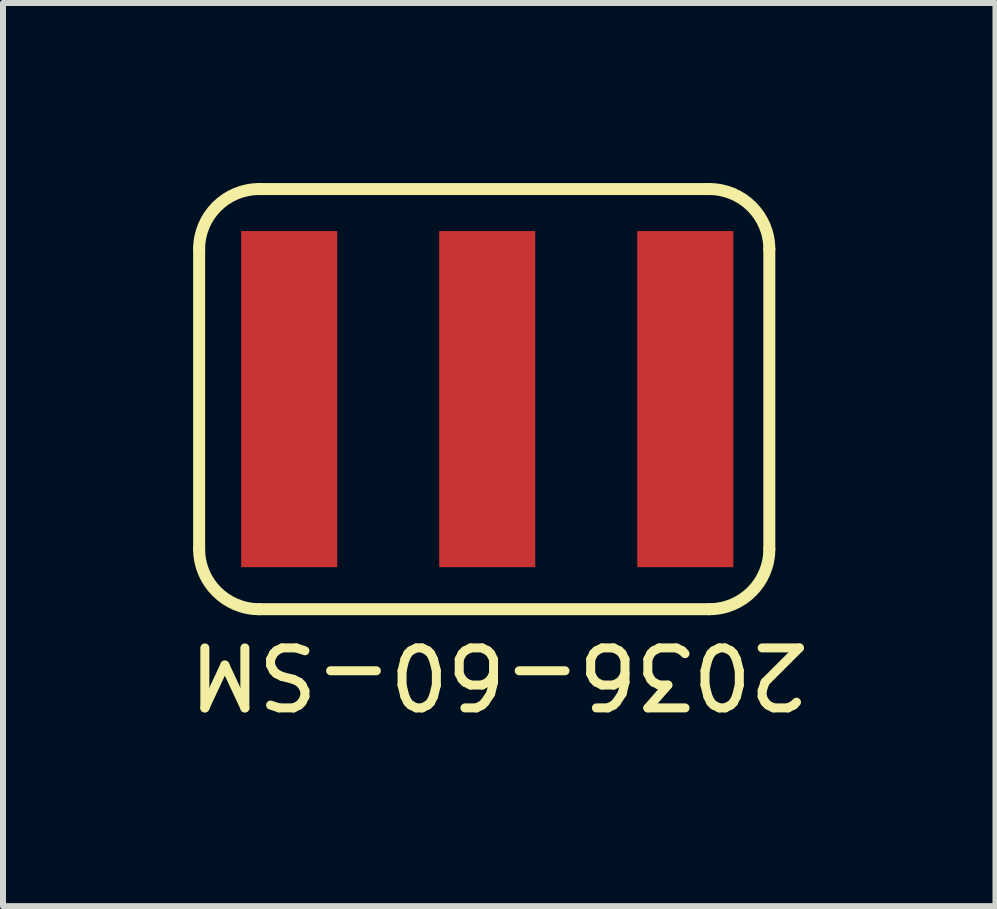
<source format=kicad_pcb>
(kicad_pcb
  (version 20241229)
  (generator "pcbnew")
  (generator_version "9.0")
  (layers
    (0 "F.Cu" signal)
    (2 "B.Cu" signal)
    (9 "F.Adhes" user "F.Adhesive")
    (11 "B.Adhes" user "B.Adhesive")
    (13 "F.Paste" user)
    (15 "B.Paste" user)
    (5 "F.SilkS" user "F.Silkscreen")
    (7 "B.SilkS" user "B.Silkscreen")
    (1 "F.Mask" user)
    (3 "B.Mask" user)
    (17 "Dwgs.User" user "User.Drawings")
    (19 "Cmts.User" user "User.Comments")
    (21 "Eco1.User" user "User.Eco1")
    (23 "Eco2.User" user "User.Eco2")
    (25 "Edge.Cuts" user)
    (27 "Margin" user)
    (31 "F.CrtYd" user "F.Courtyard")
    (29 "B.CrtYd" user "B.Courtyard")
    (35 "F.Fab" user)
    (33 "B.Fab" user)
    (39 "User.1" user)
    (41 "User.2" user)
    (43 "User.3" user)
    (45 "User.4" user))
  (footprint "2036-60-SM"
    (layer "F.Cu")
    (at 1.768 3.6)
    (property "Reference" "2036-60-SM" (at 3.5 4.6 180) (unlocked yes) (layer "F.SilkS") (effects (font (size 1 1) (thickness 0.15))))
    (fp_line (start -1.5 2.5) (end -1.5 -2.5) (stroke (width 0.2) (type solid)) (layer "F.SilkS"))
    (fp_line (start -0.5 -3.5) (end 7 -3.5) (stroke (width 0.2) (type solid)) (layer "F.SilkS"))
    (fp_line (start 7 3.5) (end -0.5 3.5) (stroke (width 0.2) (type solid)) (layer "F.SilkS"))
    (fp_line (start 8 -2.5) (end 8 2.5) (stroke (width 0.2) (type solid)) (layer "F.SilkS"))
    (fp_arc (start -1.5 -2.5) (mid -1.207108 -3.207105) (end -0.500003 -3.499997) (stroke (width 0.2) (type solid)) (layer "F.SilkS"))
    (fp_arc (start -0.5 3.5) (mid -1.207105 3.207108) (end -1.499997 2.500003) (stroke (width 0.2) (type solid)) (layer "F.SilkS"))
    (fp_arc (start 7 -3.5) (mid 7.707105 -3.207108) (end 7.999997 -2.500003) (stroke (width 0.2) (type solid)) (layer "F.SilkS"))
    (fp_arc (start 8 2.5) (mid 7.707108 3.207105) (end 7.000003 3.499997) (stroke (width 0.2) (type solid)) (layer "F.SilkS"))
    (pad "1" smd rect (at 0 0) (size 1.6 5.6) (layers "F.Cu" "F.Mask" "F.Paste"))
    (pad "2" smd rect (at 3.3 0) (size 1.6 5.6) (layers "F.Cu" "F.Mask" "F.Paste"))
    (pad "3" smd rect (at 6.6 0) (size 1.6 5.6) (layers "F.Cu" "F.Mask" "F.Paste")))
  (gr_rect
    (start -3 -3)
    (end 13.536 12.048)
    (stroke (width 0.1) (type default))
    (fill no)
    (layer "Edge.Cuts")))
</source>
